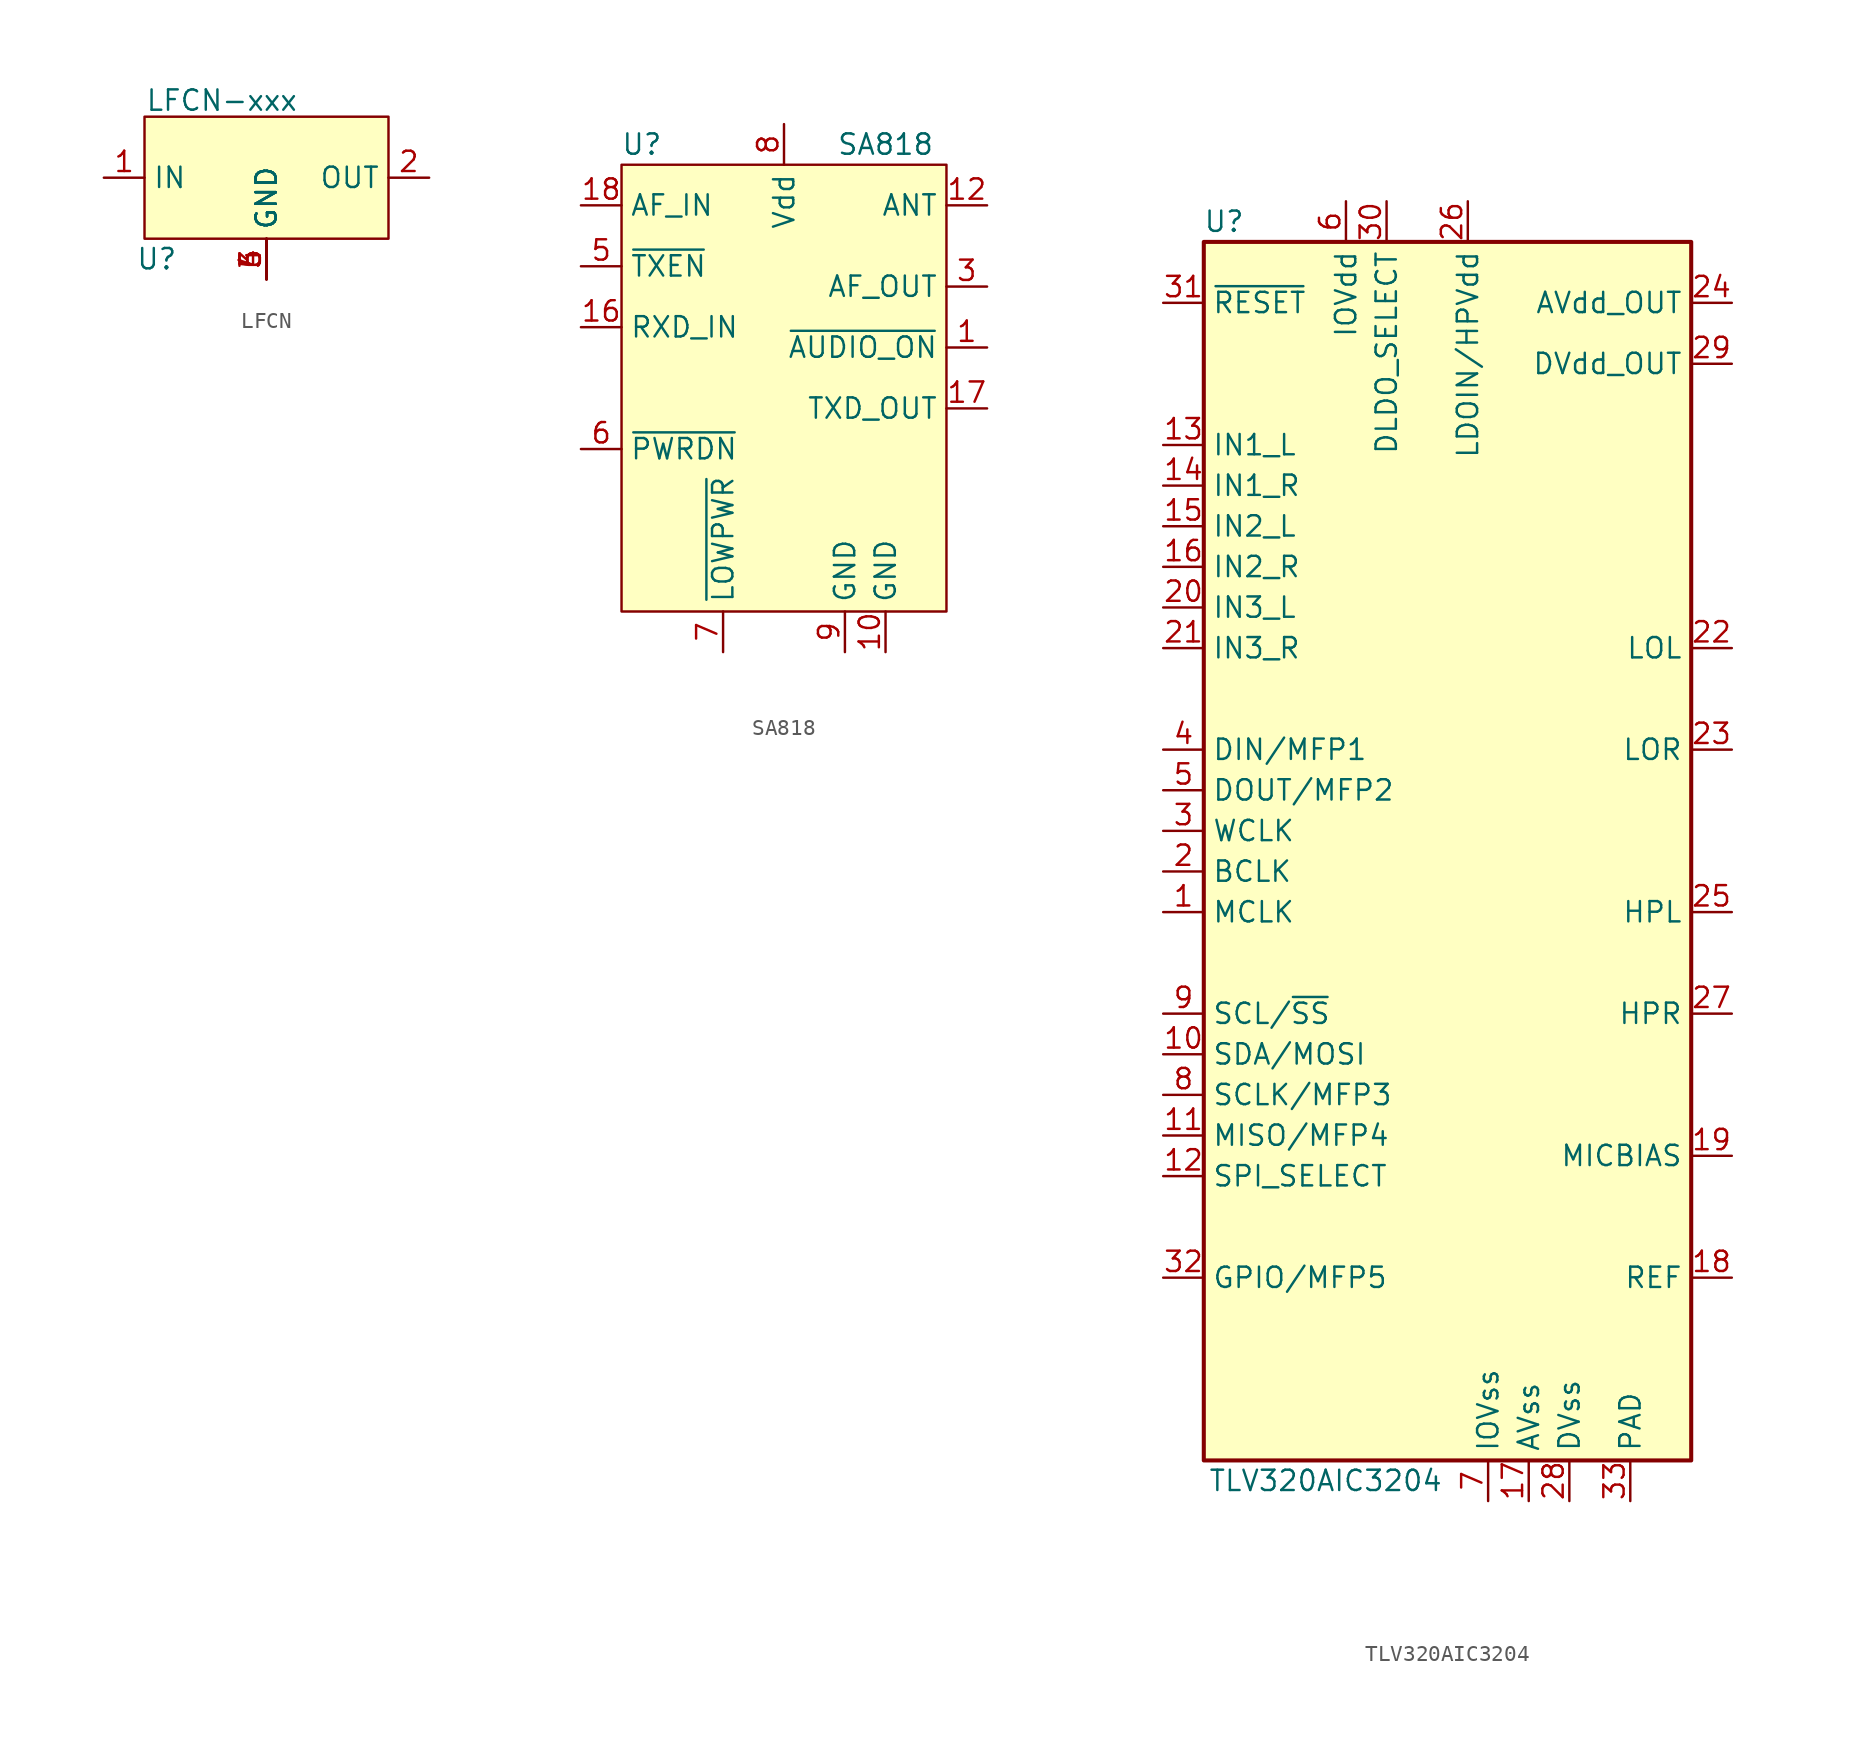
<source format=kicad_sym>
(kicad_symbol_lib
  (version 20231120)
  (generator "kicad_symbol_editor")
  (generator_version "8.0")
  (symbol "LFCN"
    (property "Reference" "U"
      (at -6.858 -5.08 0)
      (effects (font (size 1.27 1.27))))
    (property "Value" "LFCN-xxx"
      (at -2.794 4.826 0)
      (effects (font (size 1.27 1.27))))
    (symbol "LFCN_0_0"
      (pin passive line (at -10.16 0 0) (length 2.54) (name "IN" (effects (font (size 1.27 1.27)))) (number "1" (effects (font (size 1.27 1.27)))))
      (pin passive line (at 10.16 0 180) (length 2.54) (name "OUT" (effects (font (size 1.27 1.27)))) (number "2" (effects (font (size 1.27 1.27))))))
    (symbol "LFCN_1_0"
      (pin passive line (at 0 -6.35 90) (length 2.54) (name "GND" (effects (font (size 1.27 1.27)))) (number "3" (effects (font (size 1.27 1.27)))))
      (pin passive line (at 0 -6.35 90) (length 2.54) (name "GND" (effects (font (size 1.27 1.27)))) (number "4" (effects (font (size 1.27 1.27)))))
      (pin passive line (at 0 -6.35 90) (length 2.54) (name "GND" (effects (font (size 1.27 1.27)))) (number "5" (effects (font (size 1.27 1.27)))))
      (pin passive line (at 0 -6.35 90) (length 2.54) (name "GND" (effects (font (size 1.27 1.27)))) (number "6" (effects (font (size 1.27 1.27))))))
    (symbol "LFCN_1_1"
      (rectangle (start -7.62 3.81) (end 7.62 -3.81) (stroke (width 0) (type default)) (fill (type background)))))
  (symbol "SA818"
    (property "Reference" "U"
      (at -8.89 15.24 0)
      (effects (font (size 1.27 1.27))))
    (property "Value" "SA818"
      (at 6.35 15.24 0)
      (effects (font (size 1.27 1.27))))
    (symbol "SA818_0_0"
      (pin output line (at 12.7 2.54 180) (length 2.54) (name "~{AUDIO_ON}" (effects (font (size 1.27 1.27)))) (number "1" (effects (font (size 1.27 1.27)))))
      (pin power_in line (at 6.35 -16.51 90) (length 2.54) (name "GND" (effects (font (size 1.27 1.27)))) (number "10" (effects (font (size 1.27 1.27)))))
      (pin passive line (at 12.7 11.43 180) (length 2.54) (name "ANT" (effects (font (size 1.27 1.27)))) (number "12" (effects (font (size 1.27 1.27)))))
      (pin input line (at -12.7 3.81 0) (length 2.54) (name "RXD_IN" (effects (font (size 1.27 1.27)))) (number "16" (effects (font (size 1.27 1.27)))))
      (pin output line (at 12.7 -1.27 180) (length 2.54) (name "TXD_OUT" (effects (font (size 1.27 1.27)))) (number "17" (effects (font (size 1.27 1.27)))))
      (pin input line (at -12.7 11.43 0) (length 2.54) (name "AF_IN" (effects (font (size 1.27 1.27)))) (number "18" (effects (font (size 1.27 1.27)))))
      (pin output line (at 12.7 6.35 180) (length 2.54) (name "AF_OUT" (effects (font (size 1.27 1.27)))) (number "3" (effects (font (size 1.27 1.27)))))
      (pin input line (at -12.7 7.62 0) (length 2.54) (name "~{TXEN}" (effects (font (size 1.27 1.27)))) (number "5" (effects (font (size 1.27 1.27)))))
      (pin input line (at -12.7 -3.81 0) (length 2.54) (name "~{PWRDN}" (effects (font (size 1.27 1.27)))) (number "6" (effects (font (size 1.27 1.27)))))
      (pin input line (at -3.81 -16.51 90) (length 2.54) (name "~{LOWPWR}" (effects (font (size 1.27 1.27)))) (number "7" (effects (font (size 1.27 1.27)))))
      (pin power_in line (at 0 16.51 270) (length 2.54) (name "Vdd" (effects (font (size 1.27 1.27)))) (number "8" (effects (font (size 1.27 1.27)))))
      (pin power_in line (at 3.81 -16.51 90) (length 2.54) (name "GND" (effects (font (size 1.27 1.27)))) (number "9" (effects (font (size 1.27 1.27))))))
    (symbol "SA818_1_0"
      (pin no_connect line (at 7.62 -7.62 0) (length 2.54) hide (name "NC" (effects (font (size 1.27 1.27)))) (number "11" (effects (font (size 1.27 1.27)))))
      (pin no_connect line (at 7.62 -8.89 0) (length 2.54) hide (name "NC" (effects (font (size 1.27 1.27)))) (number "13" (effects (font (size 1.27 1.27)))))
      (pin no_connect line (at 7.62 -10.16 0) (length 2.54) hide (name "NC" (effects (font (size 1.27 1.27)))) (number "14" (effects (font (size 1.27 1.27)))))
      (pin no_connect line (at 7.62 -11.43 0) (length 2.54) hide (name "NC" (effects (font (size 1.27 1.27)))) (number "15" (effects (font (size 1.27 1.27)))))
      (pin no_connect line (at 7.62 -5.08 0) (length 2.54) hide (name "NC" (effects (font (size 1.27 1.27)))) (number "2" (effects (font (size 1.27 1.27)))))
      (pin no_connect line (at 7.62 -6.35 0) (length 2.54) hide (name "NC" (effects (font (size 1.27 1.27)))) (number "4" (effects (font (size 1.27 1.27)))))
      (pin no_connect line (at 7.62 -12.7 0) (length 2.54) hide (name "PAD" (effects (font (size 1.27 1.27)))) (number "PAD" (effects (font (size 1.27 1.27))))))
    (symbol "SA818_1_1"
      (rectangle (start -10.16 13.97) (end 10.16 -13.97) (stroke (width 0) (type default)) (fill (type background)))))
  (symbol "TLV320AIC3204"
    (property "Reference" "U"
      (at -13.97 39.37 0)
      (effects (font (size 1.27 1.27))))
    (property "Value" "TLV320AIC3204"
      (at -7.62 -39.37 0)
      (effects (font (size 1.27 1.27))))
    (symbol "TLV320AIC3204_0_1"
      (rectangle (start -15.24 38.1) (end 15.24 -38.1) (stroke (width 0.254) (type default)) (fill (type background))))
    (symbol "TLV320AIC3204_1_0"
      (pin output line (at -17.78 -17.78 0) (length 2.54) (name "MISO/MFP4" (effects (font (size 1.27 1.27)))) (number "11" (effects (font (size 1.27 1.27)))))
      (pin input line (at -17.78 -20.32 0) (length 2.54) (name "SPI_SELECT" (effects (font (size 1.27 1.27)))) (number "12" (effects (font (size 1.27 1.27)))))
      (pin input line (at -17.78 25.4 0) (length 2.54) (name "IN1_L" (effects (font (size 1.27 1.27)))) (number "13" (effects (font (size 1.27 1.27)))))
      (pin input line (at -17.78 22.86 0) (length 2.54) (name "IN1_R" (effects (font (size 1.27 1.27)))) (number "14" (effects (font (size 1.27 1.27)))))
      (pin input line (at -17.78 20.32 0) (length 2.54) (name "IN2_L" (effects (font (size 1.27 1.27)))) (number "15" (effects (font (size 1.27 1.27)))))
      (pin input line (at -17.78 17.78 0) (length 2.54) (name "IN2_R" (effects (font (size 1.27 1.27)))) (number "16" (effects (font (size 1.27 1.27)))))
      (pin power_in line (at 5.08 -40.64 90) (length 2.54) (name "AVss" (effects (font (size 1.27 1.27)))) (number "17" (effects (font (size 1.27 1.27)))))
      (pin output line (at 17.78 -26.67 180) (length 2.54) (name "REF" (effects (font (size 1.27 1.27)))) (number "18" (effects (font (size 1.27 1.27)))))
      (pin output line (at 17.78 -19.05 180) (length 2.54) (name "MICBIAS" (effects (font (size 1.27 1.27)))) (number "19" (effects (font (size 1.27 1.27)))))
      (pin input line (at -17.78 15.24 0) (length 2.54) (name "IN3_L" (effects (font (size 1.27 1.27)))) (number "20" (effects (font (size 1.27 1.27)))))
      (pin input line (at -17.78 12.7 0) (length 2.54) (name "IN3_R" (effects (font (size 1.27 1.27)))) (number "21" (effects (font (size 1.27 1.27)))))
      (pin output line (at 17.78 12.7 180) (length 2.54) (name "LOL" (effects (font (size 1.27 1.27)))) (number "22" (effects (font (size 1.27 1.27)))))
      (pin output line (at 17.78 6.35 180) (length 2.54) (name "LOR" (effects (font (size 1.27 1.27)))) (number "23" (effects (font (size 1.27 1.27)))))
      (pin power_out line (at 17.78 34.29 180) (length 2.54) (name "AVdd_OUT" (effects (font (size 1.27 1.27)))) (number "24" (effects (font (size 1.27 1.27)))))
      (pin output line (at 17.78 -3.81 180) (length 2.54) (name "HPL" (effects (font (size 1.27 1.27)))) (number "25" (effects (font (size 1.27 1.27)))))
      (pin power_in line (at 1.27 40.64 270) (length 2.54) (name "LDOIN/HPVdd" (effects (font (size 1.27 1.27)))) (number "26" (effects (font (size 1.27 1.27)))))
      (pin output line (at 17.78 -10.16 180) (length 2.54) (name "HPR" (effects (font (size 1.27 1.27)))) (number "27" (effects (font (size 1.27 1.27)))))
      (pin power_in line (at 7.62 -40.64 90) (length 2.54) (name "DVss" (effects (font (size 1.27 1.27)))) (number "28" (effects (font (size 1.27 1.27)))))
      (pin power_out line (at 17.78 30.48 180) (length 2.54) (name "DVdd_OUT" (effects (font (size 1.27 1.27)))) (number "29" (effects (font (size 1.27 1.27)))))
      (pin input line (at -3.81 40.64 270) (length 2.54) (name "DLDO_SELECT" (effects (font (size 1.27 1.27)))) (number "30" (effects (font (size 1.27 1.27)))))
      (pin input line (at -17.78 34.29 0) (length 2.54) (name "~{RESET}" (effects (font (size 1.27 1.27)))) (number "31" (effects (font (size 1.27 1.27)))))
      (pin input line (at -17.78 -26.67 0) (length 2.54) (name "GPIO/MFP5" (effects (font (size 1.27 1.27)))) (number "32" (effects (font (size 1.27 1.27)))))
      (pin passive line (at 11.43 -40.64 90) (length 2.54) (name "PAD" (effects (font (size 1.27 1.27)))) (number "33" (effects (font (size 1.27 1.27)))))
      (pin input line (at -17.78 -15.24 0) (length 2.54) (name "SCLK/MFP3" (effects (font (size 1.27 1.27)))) (number "8" (effects (font (size 1.27 1.27))))))
    (symbol "TLV320AIC3204_1_1"
      (pin input line (at -17.78 -3.81 0) (length 2.54) (name "MCLK" (effects (font (size 1.27 1.27)))) (number "1" (effects (font (size 1.27 1.27)))))
      (pin bidirectional line (at -17.78 -12.7 0) (length 2.54) (name "SDA/MOSI" (effects (font (size 1.27 1.27)))) (number "10" (effects (font (size 1.27 1.27)))))
      (pin bidirectional line (at -17.78 -1.27 0) (length 2.54) (name "BCLK" (effects (font (size 1.27 1.27)))) (number "2" (effects (font (size 1.27 1.27)))))
      (pin bidirectional line (at -17.78 1.27 0) (length 2.54) (name "WCLK" (effects (font (size 1.27 1.27)))) (number "3" (effects (font (size 1.27 1.27)))))
      (pin input line (at -17.78 6.35 0) (length 2.54) (name "DIN/MFP1" (effects (font (size 1.27 1.27)))) (number "4" (effects (font (size 1.27 1.27)))))
      (pin output line (at -17.78 3.81 0) (length 2.54) (name "DOUT/MFP2" (effects (font (size 1.27 1.27)))) (number "5" (effects (font (size 1.27 1.27)))))
      (pin power_in line (at -6.35 40.64 270) (length 2.54) (name "IOVdd" (effects (font (size 1.27 1.27)))) (number "6" (effects (font (size 1.27 1.27)))))
      (pin power_in line (at 2.54 -40.64 90) (length 2.54) (name "IOVss" (effects (font (size 1.27 1.27)))) (number "7" (effects (font (size 1.27 1.27)))))
      (pin input line (at -17.78 -10.16 0) (length 2.54) (name "SCL/~{SS}" (effects (font (size 1.27 1.27)))) (number "9" (effects (font (size 1.27 1.27))))))))
</source>
